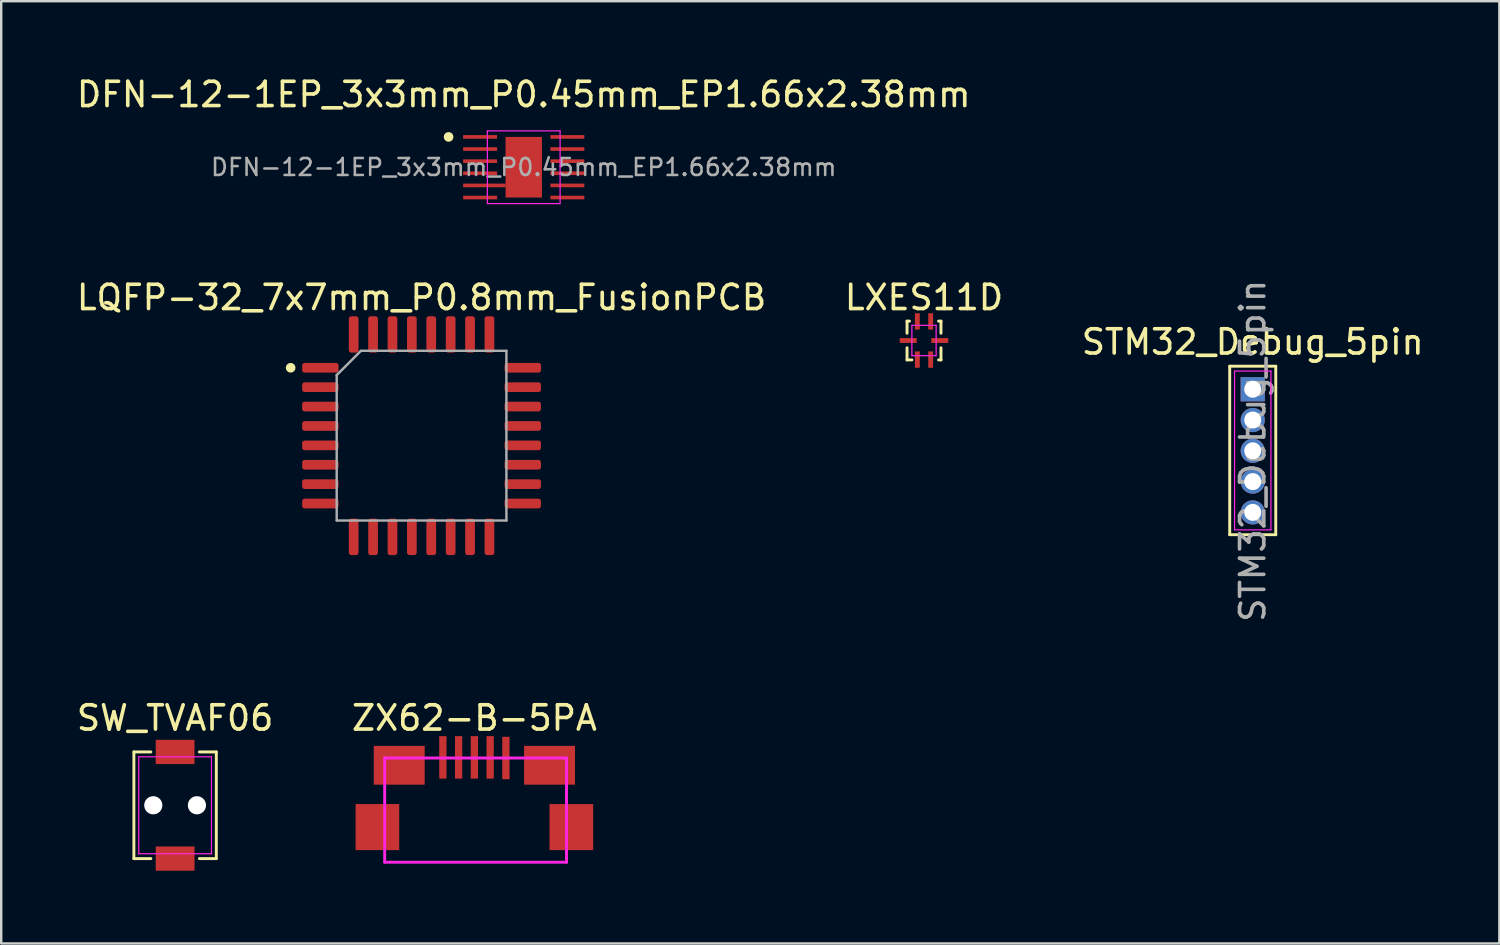
<source format=kicad_pcb>
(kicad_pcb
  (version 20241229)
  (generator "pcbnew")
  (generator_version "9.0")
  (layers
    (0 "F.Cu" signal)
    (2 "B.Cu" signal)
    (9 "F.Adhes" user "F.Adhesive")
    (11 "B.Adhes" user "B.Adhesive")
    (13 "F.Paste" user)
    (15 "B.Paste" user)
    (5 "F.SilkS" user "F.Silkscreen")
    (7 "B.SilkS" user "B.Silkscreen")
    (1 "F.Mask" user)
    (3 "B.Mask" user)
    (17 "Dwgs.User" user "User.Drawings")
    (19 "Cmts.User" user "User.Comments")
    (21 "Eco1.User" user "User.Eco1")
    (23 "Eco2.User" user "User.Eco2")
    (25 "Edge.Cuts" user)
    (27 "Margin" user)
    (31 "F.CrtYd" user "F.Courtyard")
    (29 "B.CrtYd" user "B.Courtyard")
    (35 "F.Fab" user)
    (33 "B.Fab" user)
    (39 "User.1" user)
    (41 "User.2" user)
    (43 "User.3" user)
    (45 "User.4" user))
  (footprint "ZX62-B-5PA"
    (layer "F.Cu")
    (at 16.518 31.067)
    (property "Reference" "ZX62-B-5PA" (at 0 -4.5 0) (layer "F.SilkS") (effects (font (size 1 1) (thickness 0.15))))
    (attr through_hole)
    (fp_line (start -3.7 -2.85) (end 3.8 -2.85) (stroke (width 0.12) (type solid)) (layer "F.CrtYd"))
    (fp_line (start -3.7 1.45) (end -3.7 -2.85) (stroke (width 0.12) (type solid)) (layer "F.CrtYd"))
    (fp_line (start 3.8 -2.85) (end 3.8 1.45) (stroke (width 0.12) (type solid)) (layer "F.CrtYd"))
    (fp_line (start 3.8 1.45) (end -3.7 1.45) (stroke (width 0.12) (type solid)) (layer "F.CrtYd"))
    (pad "1" smd rect (at -1.3 -2.875) (size 0.3 1.75) (layers "F.Cu" "F.Mask" "F.Paste"))
    (pad "2" smd rect (at -0.65 -2.875) (size 0.3 1.75) (layers "F.Cu" "F.Mask" "F.Paste"))
    (pad "3" smd rect (at 0 -2.875) (size 0.3 1.75) (layers "F.Cu" "F.Mask" "F.Paste"))
    (pad "4" smd rect (at 0.65 -2.875) (size 0.3 1.75) (layers "F.Cu" "F.Mask" "F.Paste"))
    (pad "5" smd rect (at 1.3 -2.85) (size 0.3 1.75) (layers "F.Cu" "F.Mask" "F.Paste"))
    (pad "6" smd rect (at -4 0) (size 1.8 1.9) (layers "F.Cu" "F.Mask" "F.Paste"))
    (pad "6" smd rect (at -3.1 -2.55) (size 2.1 1.6) (layers "F.Cu" "F.Mask" "F.Paste"))
    (pad "6" smd rect (at 3.1 -2.55) (size 2.1 1.6) (layers "F.Cu" "F.Mask" "F.Paste"))
    (pad "6" smd rect (at 4 0) (size 1.8 1.9) (layers "F.Cu" "F.Mask" "F.Paste")))
  (footprint "DFN-12-1EP_3x3mm_P0.45mm_EP1.66x2.38mm"
    (layer "F.Cu")
    (at 18.554 3.848)
    (property "Reference" "DFN-12-1EP_3x3mm_P0.45mm_EP1.66x2.38mm" (at 0 -3 0) (layer "F.SilkS") (effects (font (size 1 1) (thickness 0.15))))
    (attr smd)
    (fp_circle (center -3.1 -1.25) (end -3 -1.25) (stroke (width 0.2) (type solid)) (fill no) (layer "F.SilkS"))
    (fp_line (start -1.5 -1.5) (end -1.5 1.5) (stroke (width 0.05) (type solid)) (layer "F.CrtYd"))
    (fp_line (start -1.5 -1.5) (end 1.5 -1.5) (stroke (width 0.05) (type solid)) (layer "F.CrtYd"))
    (fp_line (start -1.5 1.5) (end 1.5 1.5) (stroke (width 0.05) (type solid)) (layer "F.CrtYd"))
    (fp_line (start 1.5 -1.5) (end 1.5 1.5) (stroke (width 0.05) (type solid)) (layer "F.CrtYd"))
    (fp_text user "${REFERENCE}" (at 0 0 0) (layer "F.Fab") (effects (font (size 0.7 0.7) (thickness 0.105))))
    (pad "1" smd rect (at -1.8 -1.25) (size 1.4 0.15) (layers "F.Cu" "F.Mask" "F.Paste"))
    (pad "2" smd rect (at -1.8 -0.75) (size 1.4 0.15) (layers "F.Cu" "F.Mask" "F.Paste"))
    (pad "3" smd rect (at -1.8 -0.25) (size 1.4 0.15) (layers "F.Cu" "F.Mask" "F.Paste"))
    (pad "4" smd rect (at -1.8 0.25) (size 1.4 0.15) (layers "F.Cu" "F.Mask" "F.Paste"))
    (pad "5" smd rect (at -1.8 0.75) (size 1.4 0.15) (layers "F.Cu" "F.Mask" "F.Paste"))
    (pad "6" smd rect (at -1.8 1.25) (size 1.4 0.15) (layers "F.Cu" "F.Mask" "F.Paste"))
    (pad "7" smd rect (at 1.8 1.25) (size 1.4 0.15) (layers "F.Cu" "F.Mask" "F.Paste"))
    (pad "8" smd rect (at 1.8 0.75) (size 1.4 0.15) (layers "F.Cu" "F.Mask" "F.Paste"))
    (pad "9" smd rect (at 1.8 0.25) (size 1.4 0.15) (layers "F.Cu" "F.Mask" "F.Paste"))
    (pad "10" smd rect (at 1.8 -0.25) (size 1.4 0.15) (layers "F.Cu" "F.Mask" "F.Paste"))
    (pad "11" smd rect (at 1.8 -0.75) (size 1.4 0.15) (layers "F.Cu" "F.Mask" "F.Paste"))
    (pad "12" smd rect (at 1.8 -1.25) (size 1.4 0.15) (layers "F.Cu" "F.Mask" "F.Paste"))
    (pad "13" smd rect (at -0.925 0.75) (size 0.35 0.15) (layers "F.Cu" "F.Mask" "F.Paste"))
    (pad "13" smd rect (at 0 0) (size 1.5 2.5) (layers "F.Cu" "F.Mask" "F.Paste")))
  (footprint "SW_TVAF06"
    (layer "F.Cu")
    (at 4.173 30.167)
    (property "Reference" "SW_TVAF06" (at 0 -3.6 0) (layer "F.SilkS") (effects (font (size 1 1) (thickness 0.15))))
    (attr through_hole)
    (fp_line (start -1.7 -2.2) (end -1 -2.2) (stroke (width 0.12) (type solid)) (layer "F.SilkS"))
    (fp_line (start -1.7 2.2) (end -1.7 -2.2) (stroke (width 0.12) (type solid)) (layer "F.SilkS"))
    (fp_line (start -1 2.2) (end -1.7 2.2) (stroke (width 0.12) (type solid)) (layer "F.SilkS"))
    (fp_line (start 1 -2.2) (end 1.7 -2.2) (stroke (width 0.12) (type solid)) (layer "F.SilkS"))
    (fp_line (start 1.7 -2.2) (end 1.7 2.2) (stroke (width 0.12) (type solid)) (layer "F.SilkS"))
    (fp_line (start 1.7 2.2) (end 1 2.2) (stroke (width 0.12) (type solid)) (layer "F.SilkS"))
    (fp_line (start -1.5 -2) (end 1.5 -2) (stroke (width 0.05) (type solid)) (layer "F.CrtYd"))
    (fp_line (start -1.5 2) (end -1.5 -2) (stroke (width 0.05) (type solid)) (layer "F.CrtYd"))
    (fp_line (start 1.5 -2) (end 1.5 2) (stroke (width 0.05) (type solid)) (layer "F.CrtYd"))
    (fp_line (start 1.5 2) (end -1.5 2) (stroke (width 0.05) (type solid)) (layer "F.CrtYd"))
    (pad "" np_thru_hole circle (at -0.9 0) (size 0.75 0.75) (drill 0.75) (layers "*.Cu" "*.Mask"))
    (pad "" np_thru_hole circle (at 0.9 0) (size 0.75 0.75) (drill 0.75) (layers "*.Cu" "*.Mask"))
    (pad "1" smd rect (at 0 -2.2) (size 1.6 1) (layers "F.Cu" "F.Mask" "F.Paste"))
    (pad "2" smd rect (at 0 2.2) (size 1.6 1) (layers "F.Cu" "F.Mask" "F.Paste")))
  (footprint "LXES11D"
    (layer "F.Cu")
    (at 35.065 10.996)
    (property "Reference" "LXES11D" (at 0 -1.775 0) (layer "F.SilkS") (effects (font (size 1 1) (thickness 0.15))))
    (attr through_hole)
    (fp_line (start -0.7 -0.8) (end -0.6 -0.8) (stroke (width 0.12) (type solid)) (layer "F.SilkS"))
    (fp_line (start -0.7 -0.3) (end -0.7 -0.8) (stroke (width 0.12) (type solid)) (layer "F.SilkS"))
    (fp_line (start -0.7 0.8) (end -0.7 0.3) (stroke (width 0.12) (type solid)) (layer "F.SilkS"))
    (fp_line (start -0.5 0.8) (end -0.7 0.8) (stroke (width 0.12) (type solid)) (layer "F.SilkS"))
    (fp_line (start 0.6 -0.8) (end 0.7 -0.8) (stroke (width 0.12) (type solid)) (layer "F.SilkS"))
    (fp_line (start 0.7 -0.8) (end 0.7 -0.3) (stroke (width 0.12) (type solid)) (layer "F.SilkS"))
    (fp_line (start 0.7 0.3) (end 0.7 0.8) (stroke (width 0.12) (type solid)) (layer "F.SilkS"))
    (fp_line (start 0.7 0.8) (end 0.6 0.8) (stroke (width 0.12) (type solid)) (layer "F.SilkS"))
    (fp_line (start -0.5 -0.625) (end 0.5 -0.625) (stroke (width 0.05) (type solid)) (layer "F.CrtYd"))
    (fp_line (start -0.5 0.625) (end -0.5 -0.625) (stroke (width 0.05) (type solid)) (layer "F.CrtYd"))
    (fp_line (start 0.5 -0.625) (end 0.5 0.625) (stroke (width 0.05) (type solid)) (layer "F.CrtYd"))
    (fp_line (start 0.5 0.625) (end -0.5 0.625) (stroke (width 0.05) (type solid)) (layer "F.CrtYd"))
    (pad "1" smd rect (at -0.275 -0.787) (size 0.2 0.675) (layers "F.Cu" "F.Mask" "F.Paste"))
    (pad "2" smd rect (at 0.275 -0.787) (size 0.2 0.675) (layers "F.Cu" "F.Mask" "F.Paste"))
    (pad "3" smd rect (at 0.65 0) (size 0.7 0.2) (layers "F.Cu" "F.Mask" "F.Paste"))
    (pad "4" smd rect (at 0.275 0.787) (size 0.2 0.675) (layers "F.Cu" "F.Mask" "F.Paste"))
    (pad "5" smd rect (at -0.275 0.787) (size 0.2 0.675) (layers "F.Cu" "F.Mask" "F.Paste"))
    (pad "6" smd rect (at -0.65 0) (size 0.7 0.2) (layers "F.Cu" "F.Mask" "F.Paste")))
  (footprint "STM32_Debug_5pin"
    (layer "F.Cu")
    (at 48.625 13.006)
    (property "Reference" "STM32_Debug_5pin" (at 0 -1.95 0) (layer "F.SilkS") (effects (font (size 1 1) (thickness 0.15))))
    (attr through_hole)
    (fp_line (start -0.95 -0.95) (end -0.95 6) (stroke (width 0.12) (type solid)) (layer "F.SilkS"))
    (fp_line (start -0.95 -0.95) (end 0.95 -0.95) (stroke (width 0.12) (type solid)) (layer "F.SilkS"))
    (fp_line (start -0.95 6) (end 0.95 6) (stroke (width 0.12) (type solid)) (layer "F.SilkS"))
    (fp_line (start 0.95 -0.95) (end 0.95 6) (stroke (width 0.12) (type solid)) (layer "F.SilkS"))
    (fp_line (start -0.75 -0.75) (end -0.75 5.8) (stroke (width 0.05) (type solid)) (layer "F.CrtYd"))
    (fp_line (start -0.75 5.8) (end 0.75 5.8) (stroke (width 0.05) (type solid)) (layer "F.CrtYd"))
    (fp_line (start 0.75 -0.75) (end -0.75 -0.75) (stroke (width 0.05) (type solid)) (layer "F.CrtYd"))
    (fp_line (start 0.75 5.8) (end 0.75 -0.75) (stroke (width 0.05) (type solid)) (layer "F.CrtYd"))
    (fp_text user "${REFERENCE}" (at 0 2.54 90) (layer "F.Fab") (effects (font (size 1 1) (thickness 0.15))))
    (pad "1" thru_hole rect (at 0 0) (size 1 1) (drill 0.7) (layers "*.Cu" "*.Mask"))
    (pad "2" thru_hole oval (at 0 1.27) (size 1 1) (drill 0.7) (layers "*.Cu" "*.Mask"))
    (pad "3" thru_hole oval (at 0 2.54) (size 1 1) (drill 0.7) (layers "*.Cu" "*.Mask"))
    (pad "4" thru_hole oval (at 0 3.81) (size 1 1) (drill 0.7) (layers "*.Cu" "*.Mask"))
    (pad "5" thru_hole oval (at 0 5.08) (size 1 1) (drill 0.7) (layers "*.Cu" "*.Mask")))
  (footprint "LQFP-32_7x7mm_P0.8mm_FusionPCB"
    (layer "F.Cu")
    (at 14.339 14.921)
    (property "Reference" "LQFP-32_7x7mm_P0.8mm_FusionPCB" (at 0 -5.7 0) (layer "F.SilkS") (effects (font (size 1 1) (thickness 0.15))))
    (attr smd)
    (fp_circle (center -5.4 -2.8) (end -5.3 -2.8) (stroke (width 0.2) (type solid)) (fill no) (layer "F.SilkS"))
    (fp_line (start -3.5 -2.5) (end -2.5 -3.5) (stroke (width 0.1) (type solid)) (layer "F.Fab"))
    (fp_line (start -3.5 3.5) (end -3.5 -2.5) (stroke (width 0.1) (type solid)) (layer "F.Fab"))
    (fp_line (start -2.5 -3.5) (end 3.5 -3.5) (stroke (width 0.1) (type solid)) (layer "F.Fab"))
    (fp_line (start 3.5 -3.5) (end 3.5 3.5) (stroke (width 0.1) (type solid)) (layer "F.Fab"))
    (fp_line (start 3.5 3.5) (end -3.5 3.5) (stroke (width 0.1) (type solid)) (layer "F.Fab"))
    (pad "1" smd roundrect (at -4.175 -2.8) (size 1.5 0.4) (layers "F.Cu" "F.Mask" "F.Paste") (roundrect_rratio 0.25))
    (pad "2" smd roundrect (at -4.175 -2) (size 1.5 0.4) (layers "F.Cu" "F.Mask" "F.Paste") (roundrect_rratio 0.25))
    (pad "3" smd roundrect (at -4.175 -1.2) (size 1.5 0.4) (layers "F.Cu" "F.Mask" "F.Paste") (roundrect_rratio 0.25))
    (pad "4" smd roundrect (at -4.175 -0.4) (size 1.5 0.4) (layers "F.Cu" "F.Mask" "F.Paste") (roundrect_rratio 0.25))
    (pad "5" smd roundrect (at -4.175 0.4) (size 1.5 0.4) (layers "F.Cu" "F.Mask" "F.Paste") (roundrect_rratio 0.25))
    (pad "6" smd roundrect (at -4.175 1.2) (size 1.5 0.4) (layers "F.Cu" "F.Mask" "F.Paste") (roundrect_rratio 0.25))
    (pad "7" smd roundrect (at -4.175 2) (size 1.5 0.4) (layers "F.Cu" "F.Mask" "F.Paste") (roundrect_rratio 0.25))
    (pad "8" smd roundrect (at -4.175 2.8) (size 1.5 0.4) (layers "F.Cu" "F.Mask" "F.Paste") (roundrect_rratio 0.25))
    (pad "9" smd roundrect (at -2.8 4.175) (size 0.4 1.5) (layers "F.Cu" "F.Mask" "F.Paste") (roundrect_rratio 0.25))
    (pad "10" smd roundrect (at -2 4.175) (size 0.4 1.5) (layers "F.Cu" "F.Mask" "F.Paste") (roundrect_rratio 0.25))
    (pad "11" smd roundrect (at -1.2 4.175) (size 0.4 1.5) (layers "F.Cu" "F.Mask" "F.Paste") (roundrect_rratio 0.25))
    (pad "12" smd roundrect (at -0.4 4.175) (size 0.4 1.5) (layers "F.Cu" "F.Mask" "F.Paste") (roundrect_rratio 0.25))
    (pad "13" smd roundrect (at 0.4 4.175) (size 0.4 1.5) (layers "F.Cu" "F.Mask" "F.Paste") (roundrect_rratio 0.25))
    (pad "14" smd roundrect (at 1.2 4.175) (size 0.4 1.5) (layers "F.Cu" "F.Mask" "F.Paste") (roundrect_rratio 0.25))
    (pad "15" smd roundrect (at 2 4.175) (size 0.4 1.5) (layers "F.Cu" "F.Mask" "F.Paste") (roundrect_rratio 0.25))
    (pad "16" smd roundrect (at 2.8 4.175) (size 0.4 1.5) (layers "F.Cu" "F.Mask" "F.Paste") (roundrect_rratio 0.25))
    (pad "17" smd roundrect (at 4.175 2.8) (size 1.5 0.4) (layers "F.Cu" "F.Mask" "F.Paste") (roundrect_rratio 0.25))
    (pad "18" smd roundrect (at 4.175 2) (size 1.5 0.4) (layers "F.Cu" "F.Mask" "F.Paste") (roundrect_rratio 0.25))
    (pad "19" smd roundrect (at 4.175 1.2) (size 1.5 0.4) (layers "F.Cu" "F.Mask" "F.Paste") (roundrect_rratio 0.25))
    (pad "20" smd roundrect (at 4.175 0.4) (size 1.5 0.4) (layers "F.Cu" "F.Mask" "F.Paste") (roundrect_rratio 0.25))
    (pad "21" smd roundrect (at 4.175 -0.4) (size 1.5 0.4) (layers "F.Cu" "F.Mask" "F.Paste") (roundrect_rratio 0.25))
    (pad "22" smd roundrect (at 4.175 -1.2) (size 1.5 0.4) (layers "F.Cu" "F.Mask" "F.Paste") (roundrect_rratio 0.25))
    (pad "23" smd roundrect (at 4.175 -2) (size 1.5 0.4) (layers "F.Cu" "F.Mask" "F.Paste") (roundrect_rratio 0.25))
    (pad "24" smd roundrect (at 4.175 -2.8) (size 1.5 0.4) (layers "F.Cu" "F.Mask" "F.Paste") (roundrect_rratio 0.25))
    (pad "25" smd roundrect (at 2.8 -4.175) (size 0.4 1.5) (layers "F.Cu" "F.Mask" "F.Paste") (roundrect_rratio 0.25))
    (pad "26" smd roundrect (at 2 -4.175) (size 0.4 1.5) (layers "F.Cu" "F.Mask" "F.Paste") (roundrect_rratio 0.25))
    (pad "27" smd roundrect (at 1.2 -4.175) (size 0.4 1.5) (layers "F.Cu" "F.Mask" "F.Paste") (roundrect_rratio 0.25))
    (pad "28" smd roundrect (at 0.4 -4.175) (size 0.4 1.5) (layers "F.Cu" "F.Mask" "F.Paste") (roundrect_rratio 0.25))
    (pad "29" smd roundrect (at -0.4 -4.175) (size 0.4 1.5) (layers "F.Cu" "F.Mask" "F.Paste") (roundrect_rratio 0.25))
    (pad "30" smd roundrect (at -1.2 -4.175) (size 0.4 1.5) (layers "F.Cu" "F.Mask" "F.Paste") (roundrect_rratio 0.25))
    (pad "31" smd roundrect (at -2 -4.175) (size 0.4 1.5) (layers "F.Cu" "F.Mask" "F.Paste") (roundrect_rratio 0.25))
    (pad "32" smd roundrect (at -2.8 -4.175) (size 0.4 1.5) (layers "F.Cu" "F.Mask" "F.Paste") (roundrect_rratio 0.25)))
  (gr_rect
    (start -3 -3)
    (end 58.798 35.867)
    (stroke (width 0.1) (type default))
    (fill no)
    (layer "Edge.Cuts")))
</source>
